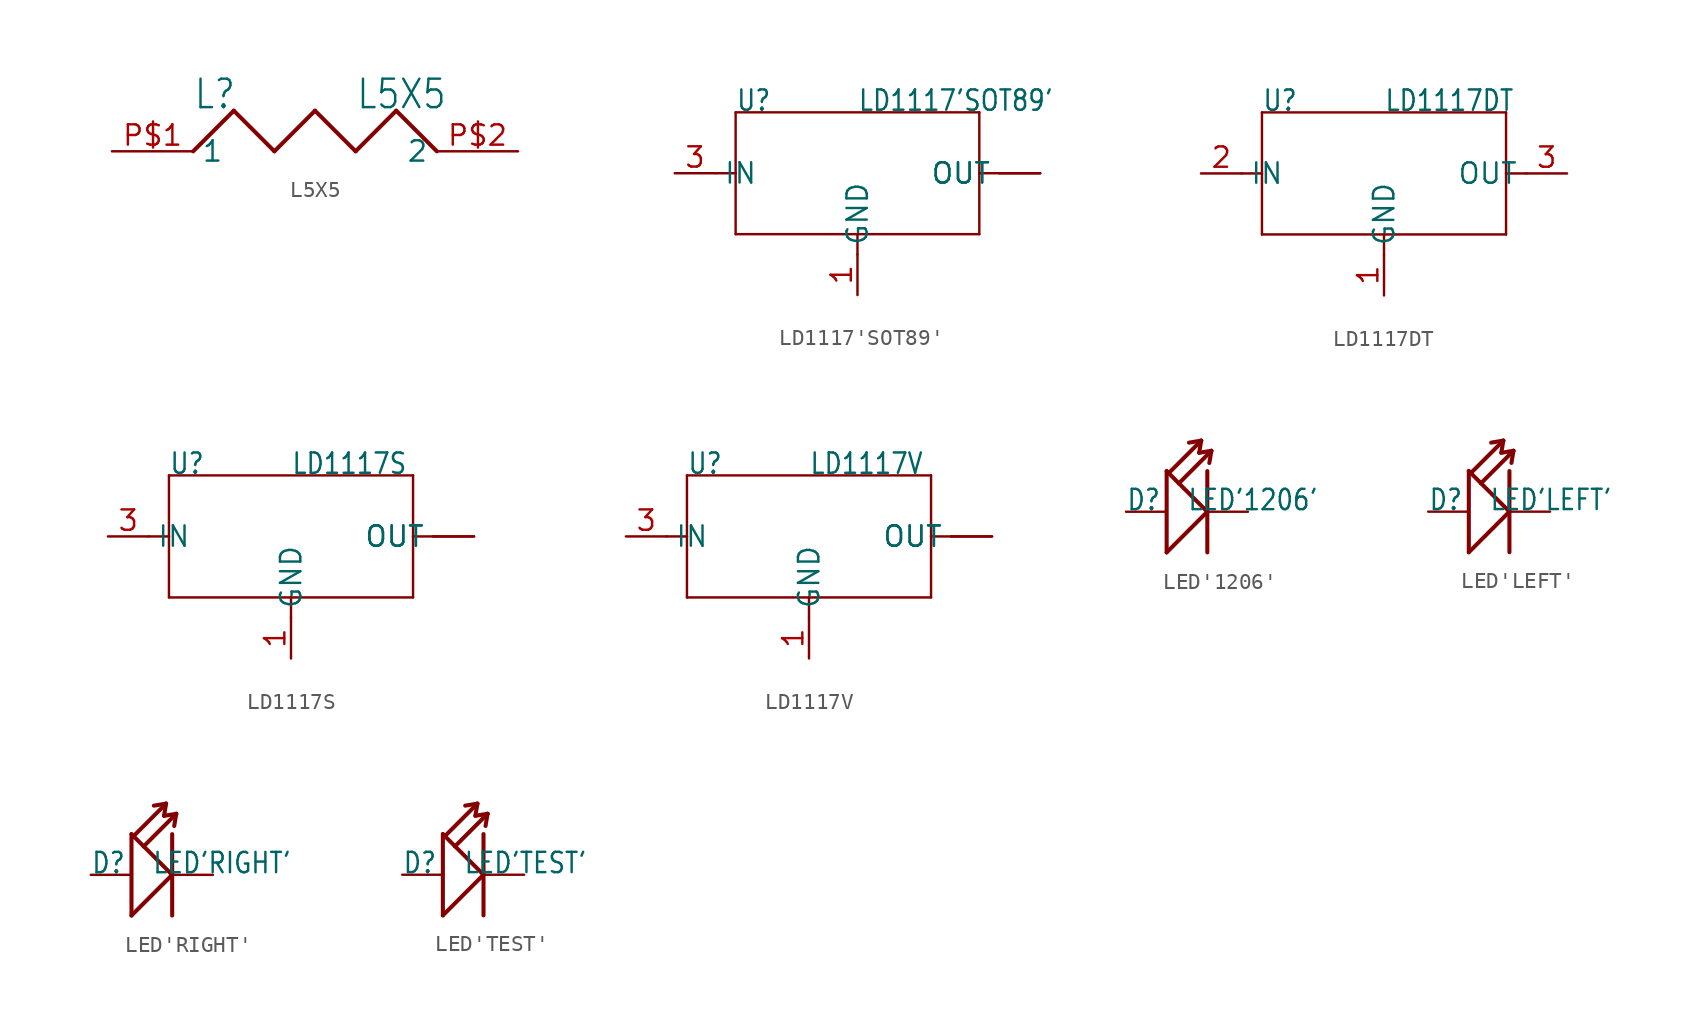
<source format=kicad_sym>
(kicad_symbol_lib
  (version 20211014)
  (generator kicad_symbol_editor)
  (symbol "L5X5"
    (property "Reference" "L"
      (at -5.08 2.54 0)
      (effects (font (size 1.778 1.511)) (justify left bottom)))
    (property "Value" "L5X5"
      (at 5.08 2.54 0)
      (effects (font (size 1.778 1.511)) (justify left bottom)))
    (property "ki_locked" ""
      (at 0 0 0)
      (effects (font (size 1.27 1.27))))
    (symbol "L5X5_1_0"
      (polyline (pts (xy -5.08 0) (xy -2.54 2.54)) (stroke (width 0.254) (type default) (color 0 0 0 0)) (fill (type none)))
      (polyline (pts (xy -2.54 2.54) (xy 0 0)) (stroke (width 0.254) (type default) (color 0 0 0 0)) (fill (type none)))
      (polyline (pts (xy 0 0) (xy 2.54 2.54)) (stroke (width 0.254) (type default) (color 0 0 0 0)) (fill (type none)))
      (polyline (pts (xy 2.54 2.54) (xy 5.08 0)) (stroke (width 0.254) (type default) (color 0 0 0 0)) (fill (type none)))
      (polyline (pts (xy 5.08 0) (xy 7.62 2.54)) (stroke (width 0.254) (type default) (color 0 0 0 0)) (fill (type none)))
      (polyline (pts (xy 7.62 2.54) (xy 10.16 0)) (stroke (width 0.254) (type default) (color 0 0 0 0)) (fill (type none)))
      (pin bidirectional line (at -10.16 0 0) (length 5.08) (name "1" (effects (font (size 1.27 1.27)))) (number "P$1" (effects (font (size 1.27 1.27)))))
      (pin bidirectional line (at 15.24 0 180) (length 5.08) (name "2" (effects (font (size 1.27 1.27)))) (number "P$2" (effects (font (size 1.27 1.27)))))))
  (symbol "LD1117'SOT89'"
    (property "Reference" "U"
      (at -7.62 3.81 0)
      (effects (font (size 1.27 1.079)) (justify left bottom)))
    (property "Value" "LD1117'SOT89'"
      (at 0 3.81 0)
      (effects (font (size 1.27 1.079)) (justify left bottom)))
    (property "ki_locked" ""
      (at 0 0 0)
      (effects (font (size 1.27 1.27))))
    (symbol "LD1117'SOT89'_1_0"
      (polyline (pts (xy -8.89 0) (xy -7.62 0)) (stroke (width 0.152) (type default) (color 0 0 0 0)) (fill (type none)))
      (polyline (pts (xy -7.62 -3.81) (xy -7.62 0)) (stroke (width 0.152) (type default) (color 0 0 0 0)) (fill (type none)))
      (polyline (pts (xy -7.62 0) (xy -7.62 3.81)) (stroke (width 0.152) (type default) (color 0 0 0 0)) (fill (type none)))
      (polyline (pts (xy -7.62 3.81) (xy 7.62 3.81)) (stroke (width 0.152) (type default) (color 0 0 0 0)) (fill (type none)))
      (polyline (pts (xy 0 -5.08) (xy 0 -3.81)) (stroke (width 0.152) (type default) (color 0 0 0 0)) (fill (type none)))
      (polyline (pts (xy 0 -3.81) (xy -7.62 -3.81)) (stroke (width 0.152) (type default) (color 0 0 0 0)) (fill (type none)))
      (polyline (pts (xy 7.62 -3.81) (xy 0 -3.81)) (stroke (width 0.152) (type default) (color 0 0 0 0)) (fill (type none)))
      (polyline (pts (xy 7.62 0) (xy 7.62 -3.81)) (stroke (width 0.152) (type default) (color 0 0 0 0)) (fill (type none)))
      (polyline (pts (xy 7.62 0) (xy 8.89 0)) (stroke (width 0.152) (type default) (color 0 0 0 0)) (fill (type none)))
      (polyline (pts (xy 7.62 3.81) (xy 7.62 0)) (stroke (width 0.152) (type default) (color 0 0 0 0)) (fill (type none)))
      (pin bidirectional line (at 0 -7.62 90) (length 2.54) (name "GND" (effects (font (size 1.27 1.27)))) (number "1" (effects (font (size 1.27 1.27)))))
      (pin bidirectional line (at 11.43 0 180) (length 2.54) (name "OUT" (effects (font (size 1.27 1.27)))) (number "2" (effects (font (size 0 0)))))
      (pin bidirectional line (at -11.43 0 0) (length 2.54) (name "IN" (effects (font (size 1.27 1.27)))) (number "3" (effects (font (size 1.27 1.27)))))
      (pin bidirectional line (at 11.43 0 180) (length 2.54) (name "OUT" (effects (font (size 1.27 1.27)))) (number "4" (effects (font (size 0 0)))))))
  (symbol "LD1117DT"
    (property "Reference" "U"
      (at -7.62 3.81 0)
      (effects (font (size 1.27 1.079)) (justify left bottom)))
    (property "Value" "LD1117DT"
      (at 0 3.81 0)
      (effects (font (size 1.27 1.079)) (justify left bottom)))
    (property "ki_locked" ""
      (at 0 0 0)
      (effects (font (size 1.27 1.27))))
    (symbol "LD1117DT_1_0"
      (polyline (pts (xy -8.89 0) (xy -7.62 0)) (stroke (width 0.152) (type default) (color 0 0 0 0)) (fill (type none)))
      (polyline (pts (xy -7.62 -3.81) (xy -7.62 0)) (stroke (width 0.152) (type default) (color 0 0 0 0)) (fill (type none)))
      (polyline (pts (xy -7.62 0) (xy -7.62 3.81)) (stroke (width 0.152) (type default) (color 0 0 0 0)) (fill (type none)))
      (polyline (pts (xy -7.62 3.81) (xy 7.62 3.81)) (stroke (width 0.152) (type default) (color 0 0 0 0)) (fill (type none)))
      (polyline (pts (xy 0 -5.08) (xy 0 -3.81)) (stroke (width 0.152) (type default) (color 0 0 0 0)) (fill (type none)))
      (polyline (pts (xy 0 -3.81) (xy -7.62 -3.81)) (stroke (width 0.152) (type default) (color 0 0 0 0)) (fill (type none)))
      (polyline (pts (xy 7.62 -3.81) (xy 0 -3.81)) (stroke (width 0.152) (type default) (color 0 0 0 0)) (fill (type none)))
      (polyline (pts (xy 7.62 0) (xy 7.62 -3.81)) (stroke (width 0.152) (type default) (color 0 0 0 0)) (fill (type none)))
      (polyline (pts (xy 7.62 0) (xy 8.89 0)) (stroke (width 0.152) (type default) (color 0 0 0 0)) (fill (type none)))
      (polyline (pts (xy 7.62 3.81) (xy 7.62 0)) (stroke (width 0.152) (type default) (color 0 0 0 0)) (fill (type none)))
      (pin bidirectional line (at 0 -7.62 90) (length 2.54) (name "GND" (effects (font (size 1.27 1.27)))) (number "1" (effects (font (size 1.27 1.27)))))
      (pin bidirectional line (at -11.43 0 0) (length 2.54) (name "IN" (effects (font (size 1.27 1.27)))) (number "2" (effects (font (size 1.27 1.27)))))
      (pin bidirectional line (at 11.43 0 180) (length 2.54) (name "OUT" (effects (font (size 1.27 1.27)))) (number "3" (effects (font (size 1.27 1.27)))))))
  (symbol "LD1117S"
    (property "Reference" "U"
      (at -7.62 3.81 0)
      (effects (font (size 1.27 1.079)) (justify left bottom)))
    (property "Value" "LD1117S"
      (at 0 3.81 0)
      (effects (font (size 1.27 1.079)) (justify left bottom)))
    (property "ki_locked" ""
      (at 0 0 0)
      (effects (font (size 1.27 1.27))))
    (symbol "LD1117S_1_0"
      (polyline (pts (xy -8.89 0) (xy -7.62 0)) (stroke (width 0.152) (type default) (color 0 0 0 0)) (fill (type none)))
      (polyline (pts (xy -7.62 -3.81) (xy -7.62 0)) (stroke (width 0.152) (type default) (color 0 0 0 0)) (fill (type none)))
      (polyline (pts (xy -7.62 0) (xy -7.62 3.81)) (stroke (width 0.152) (type default) (color 0 0 0 0)) (fill (type none)))
      (polyline (pts (xy -7.62 3.81) (xy 7.62 3.81)) (stroke (width 0.152) (type default) (color 0 0 0 0)) (fill (type none)))
      (polyline (pts (xy 0 -5.08) (xy 0 -3.81)) (stroke (width 0.152) (type default) (color 0 0 0 0)) (fill (type none)))
      (polyline (pts (xy 0 -3.81) (xy -7.62 -3.81)) (stroke (width 0.152) (type default) (color 0 0 0 0)) (fill (type none)))
      (polyline (pts (xy 7.62 -3.81) (xy 0 -3.81)) (stroke (width 0.152) (type default) (color 0 0 0 0)) (fill (type none)))
      (polyline (pts (xy 7.62 0) (xy 7.62 -3.81)) (stroke (width 0.152) (type default) (color 0 0 0 0)) (fill (type none)))
      (polyline (pts (xy 7.62 0) (xy 8.89 0)) (stroke (width 0.152) (type default) (color 0 0 0 0)) (fill (type none)))
      (polyline (pts (xy 7.62 3.81) (xy 7.62 0)) (stroke (width 0.152) (type default) (color 0 0 0 0)) (fill (type none)))
      (pin bidirectional line (at 0 -7.62 90) (length 2.54) (name "GND" (effects (font (size 1.27 1.27)))) (number "1" (effects (font (size 1.27 1.27)))))
      (pin bidirectional line (at 11.43 0 180) (length 2.54) (name "OUT" (effects (font (size 1.27 1.27)))) (number "2" (effects (font (size 0 0)))))
      (pin bidirectional line (at -11.43 0 0) (length 2.54) (name "IN" (effects (font (size 1.27 1.27)))) (number "3" (effects (font (size 1.27 1.27)))))
      (pin bidirectional line (at 11.43 0 180) (length 2.54) (name "OUT" (effects (font (size 1.27 1.27)))) (number "TER" (effects (font (size 0 0)))))))
  (symbol "LD1117V"
    (property "Reference" "U"
      (at -7.62 3.81 0)
      (effects (font (size 1.27 1.079)) (justify left bottom)))
    (property "Value" "LD1117V"
      (at 0 3.81 0)
      (effects (font (size 1.27 1.079)) (justify left bottom)))
    (property "ki_locked" ""
      (at 0 0 0)
      (effects (font (size 1.27 1.27))))
    (symbol "LD1117V_1_0"
      (polyline (pts (xy -8.89 0) (xy -7.62 0)) (stroke (width 0.152) (type default) (color 0 0 0 0)) (fill (type none)))
      (polyline (pts (xy -7.62 -3.81) (xy -7.62 0)) (stroke (width 0.152) (type default) (color 0 0 0 0)) (fill (type none)))
      (polyline (pts (xy -7.62 0) (xy -7.62 3.81)) (stroke (width 0.152) (type default) (color 0 0 0 0)) (fill (type none)))
      (polyline (pts (xy -7.62 3.81) (xy 7.62 3.81)) (stroke (width 0.152) (type default) (color 0 0 0 0)) (fill (type none)))
      (polyline (pts (xy 0 -5.08) (xy 0 -3.81)) (stroke (width 0.152) (type default) (color 0 0 0 0)) (fill (type none)))
      (polyline (pts (xy 0 -3.81) (xy -7.62 -3.81)) (stroke (width 0.152) (type default) (color 0 0 0 0)) (fill (type none)))
      (polyline (pts (xy 7.62 -3.81) (xy 0 -3.81)) (stroke (width 0.152) (type default) (color 0 0 0 0)) (fill (type none)))
      (polyline (pts (xy 7.62 0) (xy 7.62 -3.81)) (stroke (width 0.152) (type default) (color 0 0 0 0)) (fill (type none)))
      (polyline (pts (xy 7.62 0) (xy 8.89 0)) (stroke (width 0.152) (type default) (color 0 0 0 0)) (fill (type none)))
      (polyline (pts (xy 7.62 3.81) (xy 7.62 0)) (stroke (width 0.152) (type default) (color 0 0 0 0)) (fill (type none)))
      (pin bidirectional line (at 0 -7.62 90) (length 2.54) (name "GND" (effects (font (size 1.27 1.27)))) (number "1" (effects (font (size 1.27 1.27)))))
      (pin bidirectional line (at 11.43 0 180) (length 2.54) (name "OUT" (effects (font (size 1.27 1.27)))) (number "2" (effects (font (size 0 0)))))
      (pin bidirectional line (at -11.43 0 0) (length 2.54) (name "IN" (effects (font (size 1.27 1.27)))) (number "3" (effects (font (size 1.27 1.27)))))
      (pin bidirectional line (at 11.43 0 180) (length 2.54) (name "OUT" (effects (font (size 1.27 1.27)))) (number "HEAT" (effects (font (size 0 0)))))))
  (symbol "LED'1206'"
    (property "Reference" "D"
      (at -3.81 0 0)
      (effects (font (size 1.27 1.079)) (justify left bottom)))
    (property "Value" "LED'1206'"
      (at 0 0 0)
      (effects (font (size 1.27 1.079)) (justify left bottom)))
    (property "ki_locked" ""
      (at 0 0 0)
      (effects (font (size 1.27 1.27))))
    (symbol "LED'1206'_1_0"
      (polyline (pts (xy -1.27 -2.54) (xy -1.27 2.54)) (stroke (width 0.254) (type default) (color 0 0 0 0)) (fill (type none)))
      (polyline (pts (xy -1.27 2.54) (xy -1.143 2.413)) (stroke (width 0.254) (type default) (color 0 0 0 0)) (fill (type none)))
      (polyline (pts (xy -1.143 2.413) (xy -0.508 1.778)) (stroke (width 0.254) (type default) (color 0 0 0 0)) (fill (type none)))
      (polyline (pts (xy -1.143 2.413) (xy 0.889 4.445)) (stroke (width 0.254) (type default) (color 0 0 0 0)) (fill (type none)))
      (polyline (pts (xy -0.508 1.778) (xy 1.27 0)) (stroke (width 0.254) (type default) (color 0 0 0 0)) (fill (type none)))
      (polyline (pts (xy -0.508 1.778) (xy 1.524 3.81)) (stroke (width 0.254) (type default) (color 0 0 0 0)) (fill (type none)))
      (polyline (pts (xy 0.889 4.445) (xy 0.127 4.318)) (stroke (width 0.254) (type default) (color 0 0 0 0)) (fill (type none)))
      (polyline (pts (xy 0.889 4.445) (xy 0.762 3.683)) (stroke (width 0.254) (type default) (color 0 0 0 0)) (fill (type none)))
      (polyline (pts (xy 1.27 0) (xy -1.27 -2.54)) (stroke (width 0.254) (type default) (color 0 0 0 0)) (fill (type none)))
      (polyline (pts (xy 1.27 2.54) (xy 1.27 -2.54)) (stroke (width 0.254) (type default) (color 0 0 0 0)) (fill (type none)))
      (polyline (pts (xy 1.524 3.81) (xy 0.762 3.683)) (stroke (width 0.254) (type default) (color 0 0 0 0)) (fill (type none)))
      (polyline (pts (xy 1.524 3.81) (xy 1.397 3.048)) (stroke (width 0.254) (type default) (color 0 0 0 0)) (fill (type none)))
      (pin passive line (at -3.81 0 0) (length 2.54) (name "+" (effects (font (size 0 0)))) (number "+" (effects (font (size 0 0)))))
      (pin passive line (at 3.81 0 180) (length 2.54) (name "-" (effects (font (size 0 0)))) (number "-" (effects (font (size 0 0)))))))
  (symbol "LED'LEFT'"
    (property "Reference" "D"
      (at -3.81 0 0)
      (effects (font (size 1.27 1.079)) (justify left bottom)))
    (property "Value" "LED'LEFT'"
      (at 0 0 0)
      (effects (font (size 1.27 1.079)) (justify left bottom)))
    (property "ki_locked" ""
      (at 0 0 0)
      (effects (font (size 1.27 1.27))))
    (symbol "LED'LEFT'_1_0"
      (polyline (pts (xy -1.27 -2.54) (xy -1.27 2.54)) (stroke (width 0.254) (type default) (color 0 0 0 0)) (fill (type none)))
      (polyline (pts (xy -1.27 2.54) (xy -1.143 2.413)) (stroke (width 0.254) (type default) (color 0 0 0 0)) (fill (type none)))
      (polyline (pts (xy -1.143 2.413) (xy -0.508 1.778)) (stroke (width 0.254) (type default) (color 0 0 0 0)) (fill (type none)))
      (polyline (pts (xy -1.143 2.413) (xy 0.889 4.445)) (stroke (width 0.254) (type default) (color 0 0 0 0)) (fill (type none)))
      (polyline (pts (xy -0.508 1.778) (xy 1.27 0)) (stroke (width 0.254) (type default) (color 0 0 0 0)) (fill (type none)))
      (polyline (pts (xy -0.508 1.778) (xy 1.524 3.81)) (stroke (width 0.254) (type default) (color 0 0 0 0)) (fill (type none)))
      (polyline (pts (xy 0.889 4.445) (xy 0.127 4.318)) (stroke (width 0.254) (type default) (color 0 0 0 0)) (fill (type none)))
      (polyline (pts (xy 0.889 4.445) (xy 0.762 3.683)) (stroke (width 0.254) (type default) (color 0 0 0 0)) (fill (type none)))
      (polyline (pts (xy 1.27 0) (xy -1.27 -2.54)) (stroke (width 0.254) (type default) (color 0 0 0 0)) (fill (type none)))
      (polyline (pts (xy 1.27 2.54) (xy 1.27 -2.54)) (stroke (width 0.254) (type default) (color 0 0 0 0)) (fill (type none)))
      (polyline (pts (xy 1.524 3.81) (xy 0.762 3.683)) (stroke (width 0.254) (type default) (color 0 0 0 0)) (fill (type none)))
      (polyline (pts (xy 1.524 3.81) (xy 1.397 3.048)) (stroke (width 0.254) (type default) (color 0 0 0 0)) (fill (type none)))
      (pin passive line (at -3.81 0 0) (length 2.54) (name "+" (effects (font (size 0 0)))) (number "1" (effects (font (size 0 0)))))
      (pin passive line (at 3.81 0 180) (length 2.54) (name "-" (effects (font (size 0 0)))) (number "2" (effects (font (size 0 0)))))))
  (symbol "LED'RIGHT'"
    (property "Reference" "D"
      (at -3.81 0 0)
      (effects (font (size 1.27 1.079)) (justify left bottom)))
    (property "Value" "LED'RIGHT'"
      (at 0 0 0)
      (effects (font (size 1.27 1.079)) (justify left bottom)))
    (property "ki_locked" ""
      (at 0 0 0)
      (effects (font (size 1.27 1.27))))
    (symbol "LED'RIGHT'_1_0"
      (polyline (pts (xy -1.27 -2.54) (xy -1.27 2.54)) (stroke (width 0.254) (type default) (color 0 0 0 0)) (fill (type none)))
      (polyline (pts (xy -1.27 2.54) (xy -1.143 2.413)) (stroke (width 0.254) (type default) (color 0 0 0 0)) (fill (type none)))
      (polyline (pts (xy -1.143 2.413) (xy -0.508 1.778)) (stroke (width 0.254) (type default) (color 0 0 0 0)) (fill (type none)))
      (polyline (pts (xy -1.143 2.413) (xy 0.889 4.445)) (stroke (width 0.254) (type default) (color 0 0 0 0)) (fill (type none)))
      (polyline (pts (xy -0.508 1.778) (xy 1.27 0)) (stroke (width 0.254) (type default) (color 0 0 0 0)) (fill (type none)))
      (polyline (pts (xy -0.508 1.778) (xy 1.524 3.81)) (stroke (width 0.254) (type default) (color 0 0 0 0)) (fill (type none)))
      (polyline (pts (xy 0.889 4.445) (xy 0.127 4.318)) (stroke (width 0.254) (type default) (color 0 0 0 0)) (fill (type none)))
      (polyline (pts (xy 0.889 4.445) (xy 0.762 3.683)) (stroke (width 0.254) (type default) (color 0 0 0 0)) (fill (type none)))
      (polyline (pts (xy 1.27 0) (xy -1.27 -2.54)) (stroke (width 0.254) (type default) (color 0 0 0 0)) (fill (type none)))
      (polyline (pts (xy 1.27 2.54) (xy 1.27 -2.54)) (stroke (width 0.254) (type default) (color 0 0 0 0)) (fill (type none)))
      (polyline (pts (xy 1.524 3.81) (xy 0.762 3.683)) (stroke (width 0.254) (type default) (color 0 0 0 0)) (fill (type none)))
      (polyline (pts (xy 1.524 3.81) (xy 1.397 3.048)) (stroke (width 0.254) (type default) (color 0 0 0 0)) (fill (type none)))
      (pin passive line (at -3.81 0 0) (length 2.54) (name "+" (effects (font (size 0 0)))) (number "1" (effects (font (size 0 0)))))
      (pin passive line (at 3.81 0 180) (length 2.54) (name "-" (effects (font (size 0 0)))) (number "2" (effects (font (size 0 0)))))))
  (symbol "LED'TEST'"
    (property "Reference" "D"
      (at -3.81 0 0)
      (effects (font (size 1.27 1.079)) (justify left bottom)))
    (property "Value" "LED'TEST'"
      (at 0 0 0)
      (effects (font (size 1.27 1.079)) (justify left bottom)))
    (property "ki_locked" ""
      (at 0 0 0)
      (effects (font (size 1.27 1.27))))
    (symbol "LED'TEST'_1_0"
      (polyline (pts (xy -1.27 -2.54) (xy -1.27 2.54)) (stroke (width 0.254) (type default) (color 0 0 0 0)) (fill (type none)))
      (polyline (pts (xy -1.27 2.54) (xy -1.143 2.413)) (stroke (width 0.254) (type default) (color 0 0 0 0)) (fill (type none)))
      (polyline (pts (xy -1.143 2.413) (xy -0.508 1.778)) (stroke (width 0.254) (type default) (color 0 0 0 0)) (fill (type none)))
      (polyline (pts (xy -1.143 2.413) (xy 0.889 4.445)) (stroke (width 0.254) (type default) (color 0 0 0 0)) (fill (type none)))
      (polyline (pts (xy -0.508 1.778) (xy 1.27 0)) (stroke (width 0.254) (type default) (color 0 0 0 0)) (fill (type none)))
      (polyline (pts (xy -0.508 1.778) (xy 1.524 3.81)) (stroke (width 0.254) (type default) (color 0 0 0 0)) (fill (type none)))
      (polyline (pts (xy 0.889 4.445) (xy 0.127 4.318)) (stroke (width 0.254) (type default) (color 0 0 0 0)) (fill (type none)))
      (polyline (pts (xy 0.889 4.445) (xy 0.762 3.683)) (stroke (width 0.254) (type default) (color 0 0 0 0)) (fill (type none)))
      (polyline (pts (xy 1.27 0) (xy -1.27 -2.54)) (stroke (width 0.254) (type default) (color 0 0 0 0)) (fill (type none)))
      (polyline (pts (xy 1.27 2.54) (xy 1.27 -2.54)) (stroke (width 0.254) (type default) (color 0 0 0 0)) (fill (type none)))
      (polyline (pts (xy 1.524 3.81) (xy 0.762 3.683)) (stroke (width 0.254) (type default) (color 0 0 0 0)) (fill (type none)))
      (polyline (pts (xy 1.524 3.81) (xy 1.397 3.048)) (stroke (width 0.254) (type default) (color 0 0 0 0)) (fill (type none)))
      (pin passive line (at -3.81 0 0) (length 2.54) (name "+" (effects (font (size 0 0)))) (number "+" (effects (font (size 0 0)))))
      (pin passive line (at 3.81 0 180) (length 2.54) (name "-" (effects (font (size 0 0)))) (number "-" (effects (font (size 0 0))))))))
</source>
